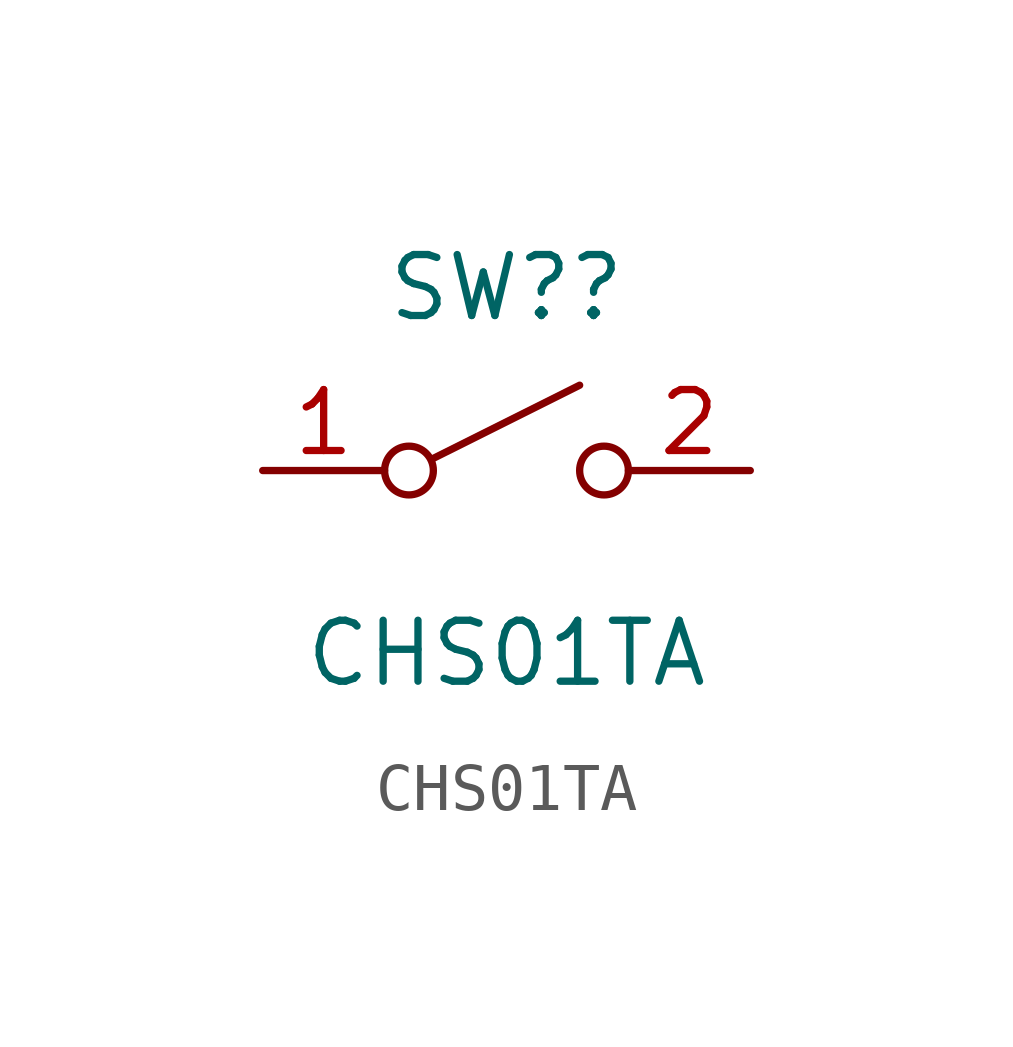
<source format=kicad_sym>
(kicad_symbol_lib
  (version 20211014)
  (generator kicad_symbol_editor)
  (symbol "CHS01TA"
    (pin_names hide)
    (property "Reference" "SW?"
      (at 0 3.81 0)
      (effects (font (size 1.27 1.27))))
    (property "Value" "CHS01TA"
      (at 0 -3.81 0)
      (effects (font (size 1.27 1.27))))
    (symbol "CHS01TA_0_0"
      (circle (center -2.032 0) (radius 0.508) (stroke (width 0) (type default) (color 0 0 0 0)) (fill (type none)))
      (polyline (pts (xy -1.524 0.254) (xy 1.524 1.778)) (stroke (width 0) (type default) (color 0 0 0 0)) (fill (type none)))
      (circle (center 2.032 0) (radius 0.508) (stroke (width 0) (type default) (color 0 0 0 0)) (fill (type none))))
    (symbol "CHS01TA_1_1"
      (pin passive line (at -5.08 0 0) (length 2.54) (name "A" (effects (font (size 1.27 1.27)))) (number "1" (effects (font (size 1.27 1.27)))))
      (pin passive line (at 5.08 0 180) (length 2.54) (name "B" (effects (font (size 1.27 1.27)))) (number "2" (effects (font (size 1.27 1.27))))))))
</source>
